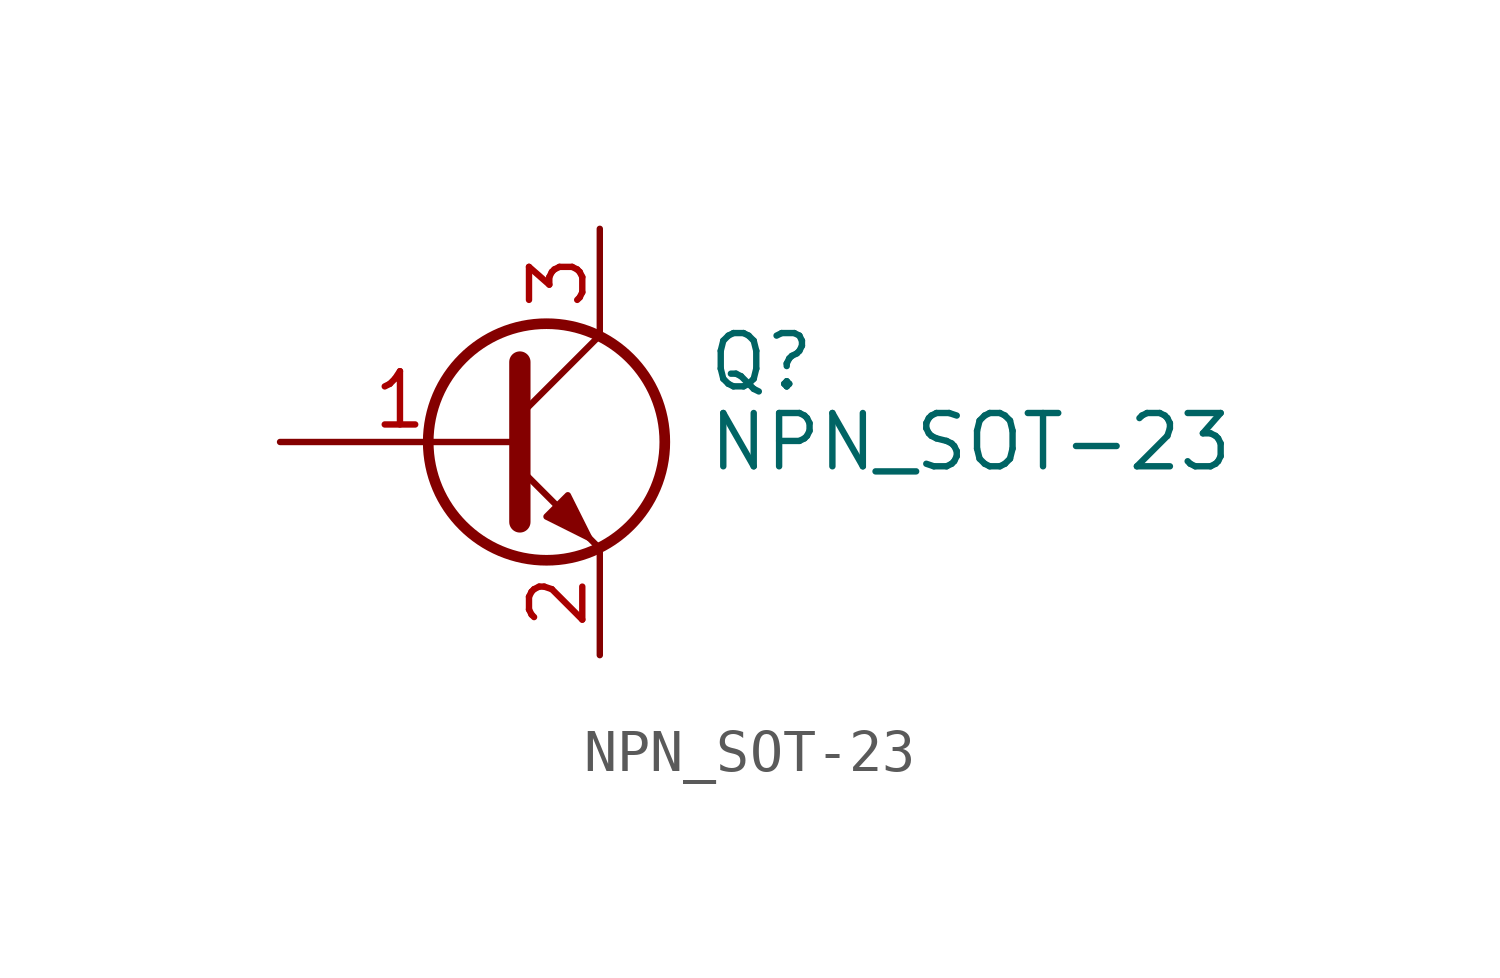
<source format=kicad_sym>
(kicad_symbol_lib
  (version 20211014)
  (generator kicad_symbol_editor)
  (symbol "NPN_SOT-23"
    (pin_names
      (offset 0) hide)
    (property "Reference" "Q"
      (at 5.08 1.905 0)
      (effects (font (size 1.27 1.27)) (justify left)))
    (property "Value" "NPN_SOT-23"
      (at 5.08 0 0)
      (effects (font (size 1.27 1.27)) (justify left)))
    (symbol "NPN_SOT-23_0_1"
      (polyline (pts (xy 0.635 0.635) (xy 2.54 2.54)) (stroke (width 0) (type default) (color 0 0 0 0)) (fill (type none)))
      (polyline (pts (xy 0.635 -0.635) (xy 2.54 -2.54) (xy 2.54 -2.54)) (stroke (width 0) (type default) (color 0 0 0 0)) (fill (type none)))
      (polyline (pts (xy 0.635 1.905) (xy 0.635 -1.905) (xy 0.635 -1.905)) (stroke (width 0.508) (type default) (color 0 0 0 0)) (fill (type none)))
      (polyline (pts (xy 1.27 -1.778) (xy 1.778 -1.27) (xy 2.286 -2.286) (xy 1.27 -1.778) (xy 1.27 -1.778)) (stroke (width 0) (type default) (color 0 0 0 0)) (fill (type outline)))
      (circle (center 1.27 0) (radius 2.819) (stroke (width 0.254) (type default) (color 0 0 0 0)) (fill (type none))))
    (symbol "NPN_SOT-23_1_1"
      (pin input line (at -5.08 0 0) (length 5.715) (name "B" (effects (font (size 1.27 1.27)))) (number "1" (effects (font (size 1.27 1.27)))))
      (pin passive line (at 2.54 -5.08 90) (length 2.54) (name "E" (effects (font (size 1.27 1.27)))) (number "2" (effects (font (size 1.27 1.27)))))
      (pin passive line (at 2.54 5.08 270) (length 2.54) (name "C" (effects (font (size 1.27 1.27)))) (number "3" (effects (font (size 1.27 1.27))))))))
</source>
